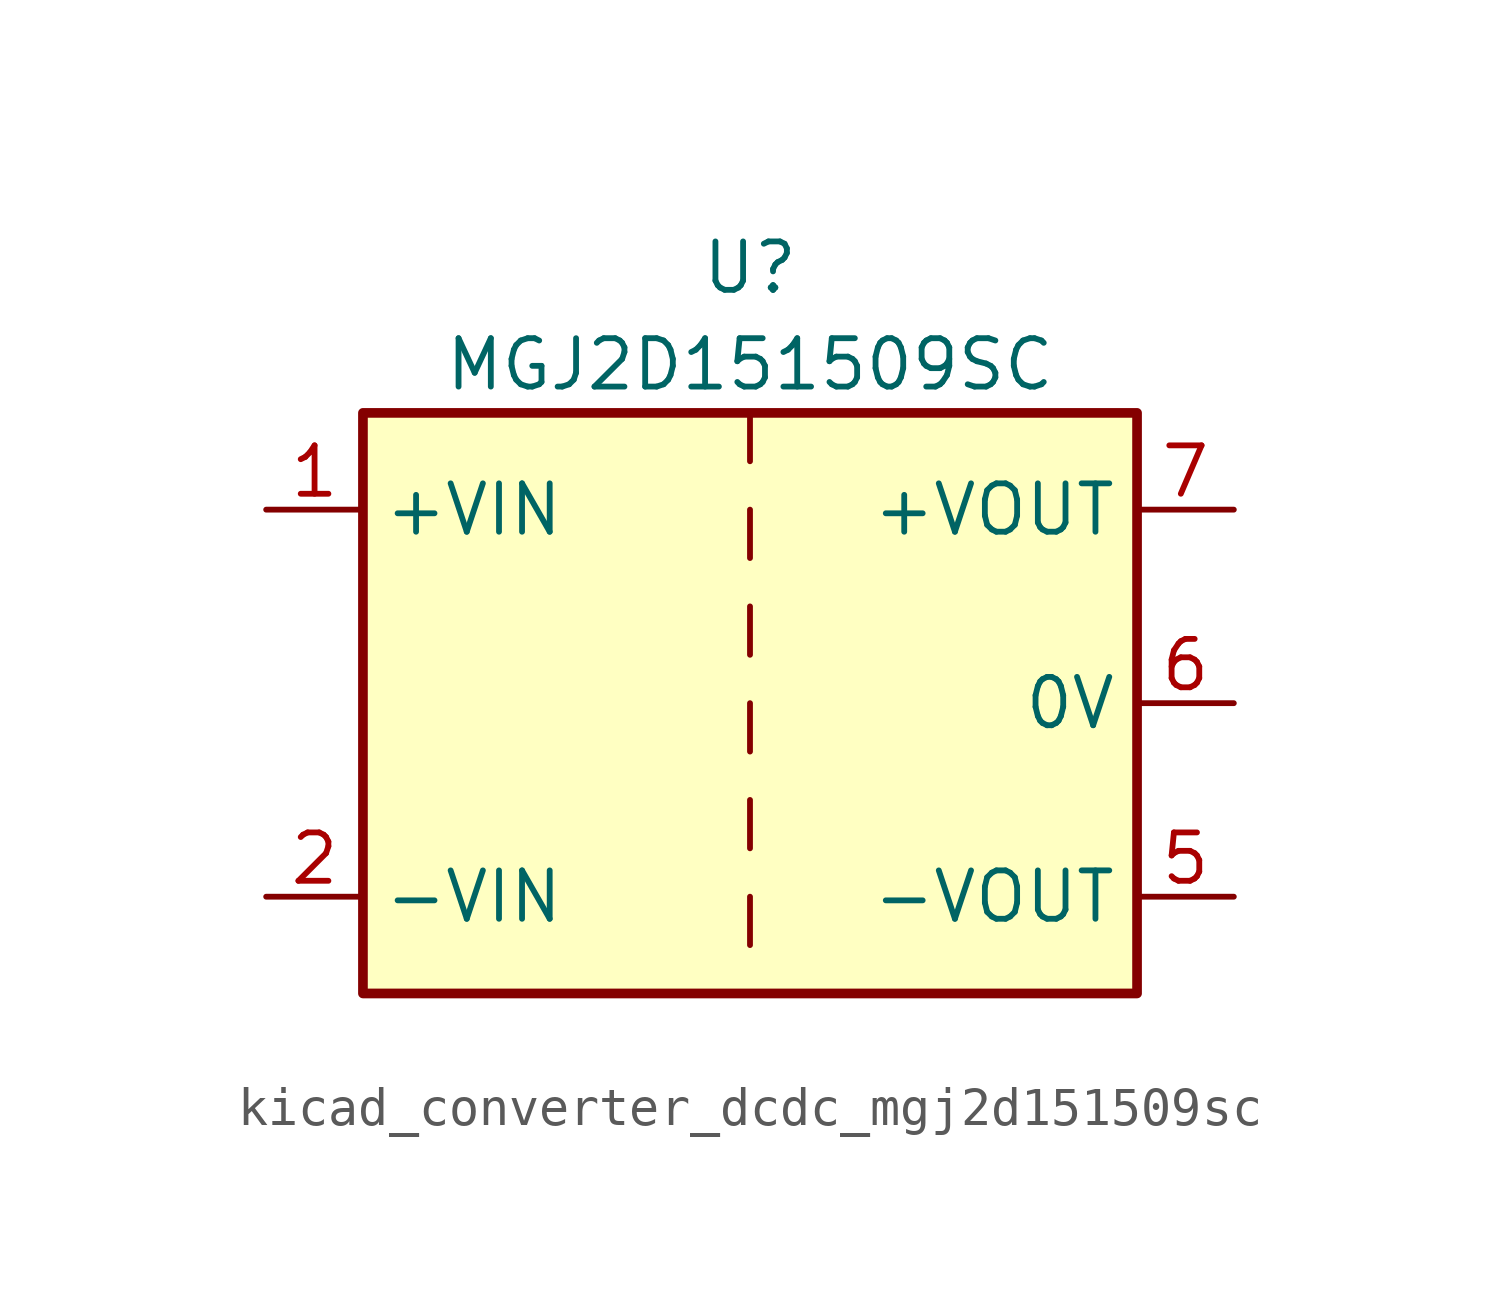
<source format=kicad_sym>
(kicad_symbol_lib
  (version 20220914)
  (generator kicad_symbol_editor)
  (symbol "kicad_converter_dcdc_mgj2d151509sc"
    (property "Reference" "U"
      (at 0 11.43 0)
      (effects (font (size 1.27 1.27))))
    (property "Value" "MGJ2D151509SC"
      (at 0 8.89 0)
      (effects (font (size 1.27 1.27))))
    (symbol "kicad_converter_dcdc_mgj2d151509sc_0_1"
      (rectangle (start -10.16 7.62) (end 10.16 -7.62) (stroke (width 0.254) (type default)) (fill (type background)))
      (polyline (pts (xy 0 -5.08) (xy 0 -6.35)) (stroke (width 0) (type default)) (fill (type none)))
      (polyline (pts (xy 0 -2.54) (xy 0 -3.81)) (stroke (width 0) (type default)) (fill (type none)))
      (polyline (pts (xy 0 0) (xy 0 -1.27)) (stroke (width 0) (type default)) (fill (type none)))
      (polyline (pts (xy 0 2.54) (xy 0 1.27)) (stroke (width 0) (type default)) (fill (type none)))
      (polyline (pts (xy 0 5.08) (xy 0 3.81)) (stroke (width 0) (type default)) (fill (type none)))
      (polyline (pts (xy 0 7.62) (xy 0 6.35)) (stroke (width 0) (type default)) (fill (type none))))
    (symbol "kicad_converter_dcdc_mgj2d151509sc_1_1"
      (pin power_in line (at -12.7 5.08 0) (length 2.54) (name "+VIN" (effects (font (size 1.27 1.27)))) (number "1" (effects (font (size 1.27 1.27)))))
      (pin power_in line (at -12.7 -5.08 0) (length 2.54) (name "-VIN" (effects (font (size 1.27 1.27)))) (number "2" (effects (font (size 1.27 1.27)))))
      (pin power_out line (at 12.7 -5.08 180) (length 2.54) (name "-VOUT" (effects (font (size 1.27 1.27)))) (number "5" (effects (font (size 1.27 1.27)))))
      (pin power_out line (at 12.7 0 180) (length 2.54) (name "0V" (effects (font (size 1.27 1.27)))) (number "6" (effects (font (size 1.27 1.27)))))
      (pin power_out line (at 12.7 5.08 180) (length 2.54) (name "+VOUT" (effects (font (size 1.27 1.27)))) (number "7" (effects (font (size 1.27 1.27))))))))
</source>
